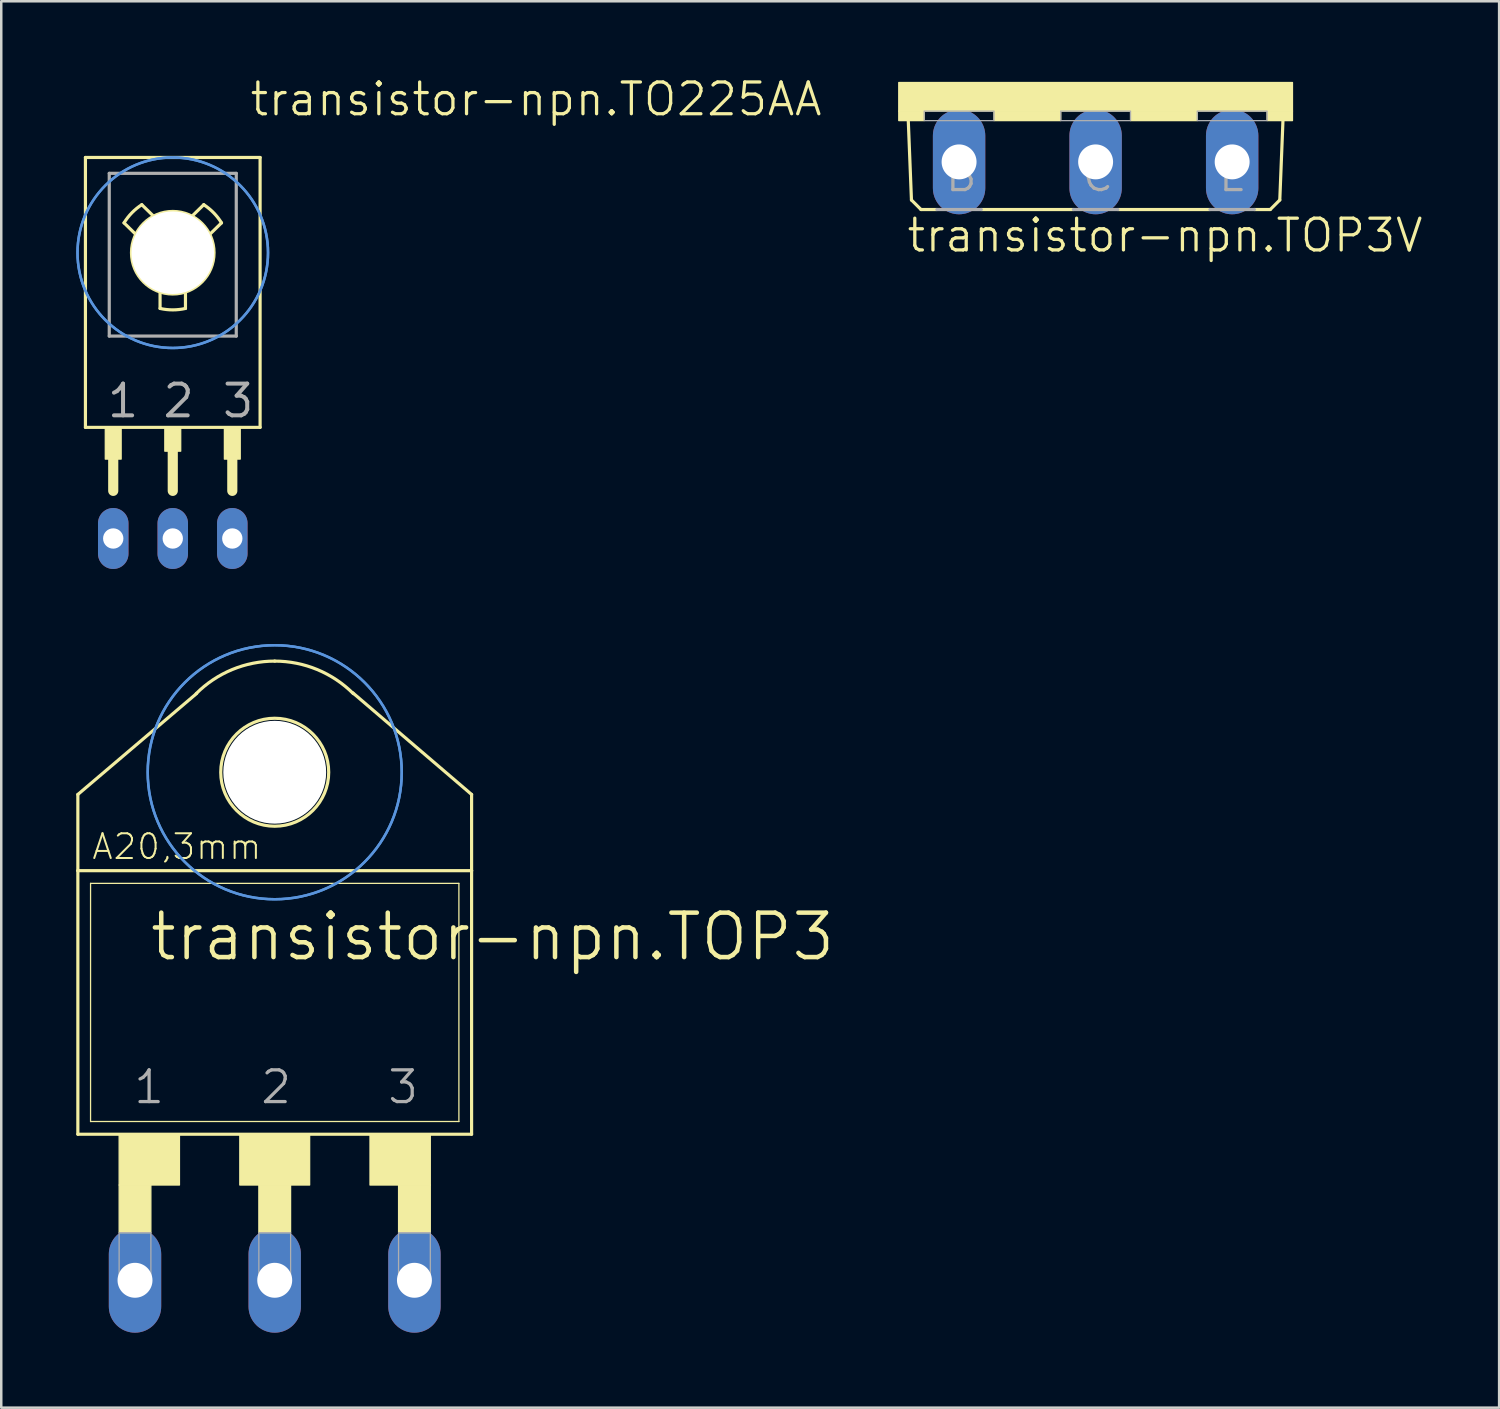
<source format=kicad_pcb>
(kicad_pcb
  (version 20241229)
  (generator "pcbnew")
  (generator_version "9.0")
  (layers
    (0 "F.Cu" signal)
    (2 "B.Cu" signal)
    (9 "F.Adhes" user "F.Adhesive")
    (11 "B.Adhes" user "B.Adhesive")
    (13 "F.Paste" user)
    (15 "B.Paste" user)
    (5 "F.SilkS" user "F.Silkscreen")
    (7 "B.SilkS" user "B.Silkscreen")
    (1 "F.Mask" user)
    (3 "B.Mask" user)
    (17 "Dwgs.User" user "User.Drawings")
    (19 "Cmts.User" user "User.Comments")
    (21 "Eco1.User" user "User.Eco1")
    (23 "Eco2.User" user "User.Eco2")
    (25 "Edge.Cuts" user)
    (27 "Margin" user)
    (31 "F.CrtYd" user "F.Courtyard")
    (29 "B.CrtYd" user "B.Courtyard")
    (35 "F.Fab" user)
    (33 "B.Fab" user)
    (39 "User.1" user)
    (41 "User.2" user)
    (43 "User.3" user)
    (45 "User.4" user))
  (footprint "transistor-npn.TOP3V"
    (layer "F.Cu")
    (at 40.771 0.25)
    (property "Reference" "transistor-npn.TOP3V" (at -7.62 6.858 0) (layer "F.SilkS") (effects (font (size 1.27 1.27) (thickness 0.13)) (justify left bottom)))
    (attr through_hole)
    (fp_line (start -7.366 4.699) (end -7.493 1.524) (stroke (width 0.127) (type default)) (layer "F.SilkS"))
    (fp_line (start -6.985 5.08) (end -7.366 4.699) (stroke (width 0.127) (type default)) (layer "F.SilkS"))
    (fp_line (start -6.35 5.08) (end -6.985 5.08) (stroke (width 0.127) (type default)) (layer "F.SilkS"))
    (fp_line (start -0.889 5.08) (end -4.572 5.08) (stroke (width 0.127) (type default)) (layer "F.SilkS"))
    (fp_line (start 4.572 5.08) (end 0.889 5.08) (stroke (width 0.127) (type default)) (layer "F.SilkS"))
    (fp_line (start 6.985 5.08) (end 6.35 5.08) (stroke (width 0.127) (type default)) (layer "F.SilkS"))
    (fp_line (start 6.985 5.08) (end 7.366 4.699) (stroke (width 0.127) (type default)) (layer "F.SilkS"))
    (fp_line (start 7.366 4.699) (end 7.493 1.524) (stroke (width 0.127) (type default)) (layer "F.SilkS"))
    (fp_rect (start -7.874 1.143) (end 7.874 0) (stroke (width 0.05) (type default)) (fill yes) (layer "F.SilkS"))
    (fp_rect (start -7.874 1.524) (end -6.858 1.143) (stroke (width 0.05) (type default)) (fill yes) (layer "F.SilkS"))
    (fp_rect (start -4.064 1.524) (end -1.397 1.143) (stroke (width 0.05) (type default)) (fill yes) (layer "F.SilkS"))
    (fp_rect (start 1.397 1.524) (end 4.064 1.143) (stroke (width 0.05) (type default)) (fill yes) (layer "F.SilkS"))
    (fp_rect (start 6.858 1.524) (end 7.874 1.143) (stroke (width 0.05) (type default)) (fill yes) (layer "F.SilkS"))
    (fp_line (start -4.572 5.08) (end -6.35 5.08) (stroke (width 0.127) (type default)) (layer "F.Fab"))
    (fp_line (start 0.889 5.08) (end -0.889 5.08) (stroke (width 0.127) (type default)) (layer "F.Fab"))
    (fp_line (start 6.35 5.08) (end 4.572 5.08) (stroke (width 0.127) (type default)) (layer "F.Fab"))
    (fp_rect (start -6.858 1.524) (end -4.064 1.143) (stroke (width 0.05) (type default)) (fill no) (layer "F.Fab"))
    (fp_rect (start -1.397 1.524) (end 1.397 1.143) (stroke (width 0.05) (type default)) (fill no) (layer "F.Fab"))
    (fp_rect (start 4.064 1.524) (end 6.858 1.143) (stroke (width 0.05) (type default)) (fill no) (layer "F.Fab"))
    (fp_text user "B" (at -6.096 4.445 0) (layer "F.Fab") (effects (font (size 1.27 1.27) (thickness 0.13)) (justify left bottom)))
    (fp_text user "E" (at 4.826 4.445 0) (layer "F.Fab") (effects (font (size 1.27 1.27) (thickness 0.13)) (justify left bottom)))
    (fp_text user "C" (at -0.635 4.445 0) (layer "F.Fab") (effects (font (size 1.27 1.27) (thickness 0.13)) (justify left bottom)))
    (pad "B" thru_hole oval (at -5.461 3.175 90) (size 4.191 2.095) (drill 1.397) (layers "*.Cu" "*.Mask"))
    (pad "C" thru_hole oval (at 0 3.175 90) (size 4.191 2.095) (drill 1.397) (layers "*.Cu" "*.Mask"))
    (pad "E" thru_hole oval (at 5.461 3.175 90) (size 4.191 2.095) (drill 1.397) (layers "*.Cu" "*.Mask")))
  (footprint "transistor-npn.TOP3"
    (layer "F.Cu")
    (at 7.938 40.537)
    (property "Reference" "transistor-npn.TOP3" (at -5.08 -5.08 0) (layer "F.SilkS") (effects (font (size 1.778 1.778) (thickness 0.18)) (justify left bottom)))
    (attr through_hole)
    (fp_line (start -7.874 -11.811) (end -3.124 -15.85) (stroke (width 0.127) (type default)) (layer "F.SilkS"))
    (fp_line (start -7.874 -8.763) (end -7.874 -11.811) (stroke (width 0.127) (type default)) (layer "F.SilkS"))
    (fp_line (start -7.874 1.778) (end -7.874 -8.763) (stroke (width 0.127) (type default)) (layer "F.SilkS"))
    (fp_line (start -7.874 1.778) (end 7.874 1.778) (stroke (width 0.127) (type default)) (layer "F.SilkS"))
    (fp_line (start -7.366 1.27) (end -7.366 -8.255) (stroke (width 0.051) (type default)) (layer "F.SilkS"))
    (fp_line (start -7.366 1.27) (end 7.366 1.27) (stroke (width 0.051) (type default)) (layer "F.SilkS"))
    (fp_line (start 7.366 -8.255) (end -7.366 -8.255) (stroke (width 0.051) (type default)) (layer "F.SilkS"))
    (fp_line (start 7.366 -8.255) (end 7.366 1.27) (stroke (width 0.051) (type default)) (layer "F.SilkS"))
    (fp_line (start 7.874 -11.811) (end 3.124 -15.875) (stroke (width 0.127) (type default)) (layer "F.SilkS"))
    (fp_line (start 7.874 -8.763) (end -7.874 -8.763) (stroke (width 0.127) (type default)) (layer "F.SilkS"))
    (fp_line (start 7.874 -8.763) (end 7.874 -11.811) (stroke (width 0.127) (type default)) (layer "F.SilkS"))
    (fp_line (start 7.874 -8.763) (end 7.874 1.778) (stroke (width 0.127) (type default)) (layer "F.SilkS"))
    (fp_rect (start -6.223 3.81) (end -3.81 1.778) (stroke (width 0.05) (type default)) (fill yes) (layer "F.SilkS"))
    (fp_rect (start -6.223 5.715) (end -4.953 3.81) (stroke (width 0.05) (type default)) (fill yes) (layer "F.SilkS"))
    (fp_rect (start -1.397 3.81) (end 1.397 1.778) (stroke (width 0.05) (type default)) (fill yes) (layer "F.SilkS"))
    (fp_rect (start -0.635 5.715) (end 0.635 3.81) (stroke (width 0.05) (type default)) (fill yes) (layer "F.SilkS"))
    (fp_rect (start 3.81 3.81) (end 6.223 1.778) (stroke (width 0.05) (type default)) (fill yes) (layer "F.SilkS"))
    (fp_rect (start 4.953 5.715) (end 6.223 3.81) (stroke (width 0.05) (type default)) (fill yes) (layer "F.SilkS"))
    (fp_arc (start -3.1431 -15.8431) (mid -1.701032 -16.806651) (end 0 -17.145) (stroke (width 0.127) (type default)) (layer "F.SilkS"))
    (fp_arc (start 0 -17.145) (mid 1.701032 -16.806651) (end 3.1431 -15.8431) (stroke (width 0.127) (type default)) (layer "F.SilkS"))
    (fp_circle (center 0 -12.7) (end 2.159 -12.7) (stroke (width 0.127) (type default)) (fill no) (layer "F.SilkS"))
    (fp_circle (center 0 -12.7) (end 5.08 -12.7) (stroke (width 0.1) (type default)) (fill no) (layer "Cmts.User"))
    (fp_circle (center 0 -12.7) (end 5.08 -12.7) (stroke (width 0.1) (type default)) (fill no) (layer "Cmts.User"))
    (fp_rect (start -6.223 7.62) (end -4.953 5.715) (stroke (width 0.05) (type default)) (fill no) (layer "F.Fab"))
    (fp_rect (start -0.635 7.62) (end 0.635 5.715) (stroke (width 0.05) (type default)) (fill no) (layer "F.Fab"))
    (fp_rect (start 4.953 7.62) (end 6.223 5.715) (stroke (width 0.05) (type default)) (fill no) (layer "F.Fab"))
    (fp_text user "A20,3mm" (at -7.366 -9.144 0) (layer "F.SilkS") (effects (font (size 0.991 0.991) (thickness 0.08)) (justify left bottom)))
    (fp_text user "3" (at 4.445 0.635 0) (layer "F.Fab") (effects (font (size 1.27 1.27) (thickness 0.13)) (justify left bottom)))
    (fp_text user "1" (at -5.715 0.635 0) (layer "F.Fab") (effects (font (size 1.27 1.27) (thickness 0.13)) (justify left bottom)))
    (fp_text user "2" (at -0.635 0.635 0) (layer "F.Fab") (effects (font (size 1.27 1.27) (thickness 0.13)) (justify left bottom)))
    (pad "" np_thru_hole circle (at 0 -12.7) (size 4.115 4.115) (drill 4.115) (layers "*.Cu" "*.Mask"))
    (pad "1" thru_hole oval (at -5.588 7.62 90) (size 4.191 2.095) (drill 1.397) (layers "*.Cu" "*.Mask"))
    (pad "2" thru_hole oval (at 0 7.62 90) (size 4.191 2.095) (drill 1.397) (layers "*.Cu" "*.Mask"))
    (pad "3" thru_hole oval (at 5.588 7.62 90) (size 4.191 2.095) (drill 1.397) (layers "*.Cu" "*.Mask")))
  (footprint "transistor-npn.TO225AA"
    (layer "F.Cu")
    (at 3.86 7.058)
    (property "Reference" "transistor-npn.TO225AA" (at 3.016 -5.397 180) (layer "F.SilkS") (effects (font (size 1.27 1.27) (thickness 0.13)) (justify left bottom)))
    (attr through_hole)
    (fp_line (start -3.493 -3.81) (end 3.493 -3.81) (stroke (width 0.127) (type default)) (layer "F.SilkS"))
    (fp_line (start -3.493 6.985) (end -3.493 -3.81) (stroke (width 0.127) (type default)) (layer "F.SilkS"))
    (fp_line (start -3.493 6.985) (end 3.493 6.985) (stroke (width 0.127) (type default)) (layer "F.SilkS"))
    (fp_line (start -2.381 8.096) (end -2.381 9.525) (stroke (width 0.406) (type default)) (layer "F.SilkS"))
    (fp_line (start -1.479 -0.734) (end -1.949 -1.194) (stroke (width 0.127) (type default)) (layer "F.SilkS"))
    (fp_line (start -0.769 -1.461) (end -1.239 -1.921) (stroke (width 0.127) (type default)) (layer "F.SilkS"))
    (fp_line (start -0.508 1.571) (end -0.508 2.229) (stroke (width 0.127) (type default)) (layer "F.SilkS"))
    (fp_line (start 0 7.779) (end 0 9.525) (stroke (width 0.406) (type default)) (layer "F.SilkS"))
    (fp_line (start 0.508 1.571) (end 0.508 2.229) (stroke (width 0.127) (type default)) (layer "F.SilkS"))
    (fp_line (start 0.769 -1.461) (end 1.239 -1.921) (stroke (width 0.127) (type default)) (layer "F.SilkS"))
    (fp_line (start 1.479 -0.734) (end 1.949 -1.194) (stroke (width 0.127) (type default)) (layer "F.SilkS"))
    (fp_line (start 2.381 8.096) (end 2.381 9.525) (stroke (width 0.406) (type default)) (layer "F.SilkS"))
    (fp_line (start 3.493 -3.81) (end 3.493 6.985) (stroke (width 0.127) (type default)) (layer "F.SilkS"))
    (fp_rect (start -2.699 8.255) (end -2.064 6.985) (stroke (width 0.05) (type default)) (fill yes) (layer "F.SilkS"))
    (fp_rect (start -0.318 7.938) (end 0.318 6.985) (stroke (width 0.05) (type default)) (fill yes) (layer "F.SilkS"))
    (fp_rect (start 2.064 8.255) (end 2.699 6.985) (stroke (width 0.05) (type default)) (fill yes) (layer "F.SilkS"))
    (fp_arc (start -1.949 -1.194) (mid -1.634921 -1.597231) (end -1.2391 -1.9206) (stroke (width 0.127) (type default)) (layer "F.SilkS"))
    (fp_arc (start 0.508 2.229) (mid 0 2.286158) (end -0.508 2.229) (stroke (width 0.127) (type default)) (layer "F.SilkS"))
    (fp_arc (start 1.239 -1.921) (mid 1.63487 -1.597636) (end 1.949 -1.1944) (stroke (width 0.127) (type default)) (layer "F.SilkS"))
    (fp_circle (center 0 0) (end 1.651 0) (stroke (width 0.127) (type default)) (fill no) (layer "F.SilkS"))
    (fp_circle (center 0 0) (end 3.81 0) (stroke (width 0.1) (type default)) (fill no) (layer "Cmts.User"))
    (fp_circle (center 0 0) (end 3.81 0) (stroke (width 0.1) (type default)) (fill no) (layer "Cmts.User"))
    (fp_line (start -2.54 -3.175) (end -2.54 3.334) (stroke (width 0.127) (type default)) (layer "F.Fab"))
    (fp_line (start -2.54 3.334) (end 2.54 3.334) (stroke (width 0.127) (type default)) (layer "F.Fab"))
    (fp_line (start 2.54 -3.175) (end -2.54 -3.175) (stroke (width 0.127) (type default)) (layer "F.Fab"))
    (fp_line (start 2.54 3.334) (end 2.54 -3.175) (stroke (width 0.127) (type default)) (layer "F.Fab"))
    (fp_text user "2" (at -0.476 6.668 0) (layer "F.Fab") (effects (font (size 1.27 1.27) (thickness 0.16)) (justify left bottom)))
    (fp_text user "3" (at 1.905 6.668 0) (layer "F.Fab") (effects (font (size 1.27 1.27) (thickness 0.16)) (justify left bottom)))
    (fp_text user "1" (at -2.699 6.668 0) (layer "F.Fab") (effects (font (size 1.27 1.27) (thickness 0.16)) (justify left bottom)))
    (pad "" np_thru_hole circle (at 0 0) (size 3.302 3.302) (drill 3.302) (layers "*.Cu" "*.Mask"))
    (pad "1" thru_hole oval (at -2.381 11.43 90) (size 2.438 1.219) (drill 0.813) (layers "*.Cu" "*.Mask"))
    (pad "2" thru_hole oval (at 0 11.43 90) (size 2.438 1.219) (drill 0.813) (layers "*.Cu" "*.Mask"))
    (pad "3" thru_hole oval (at 2.381 11.43 90) (size 2.438 1.219) (drill 0.813) (layers "*.Cu" "*.Mask")))
  (gr_rect
    (start -3 -3)
    (end 56.91 53.252)
    (stroke (width 0.1) (type default))
    (fill no)
    (layer "Edge.Cuts")))
</source>
